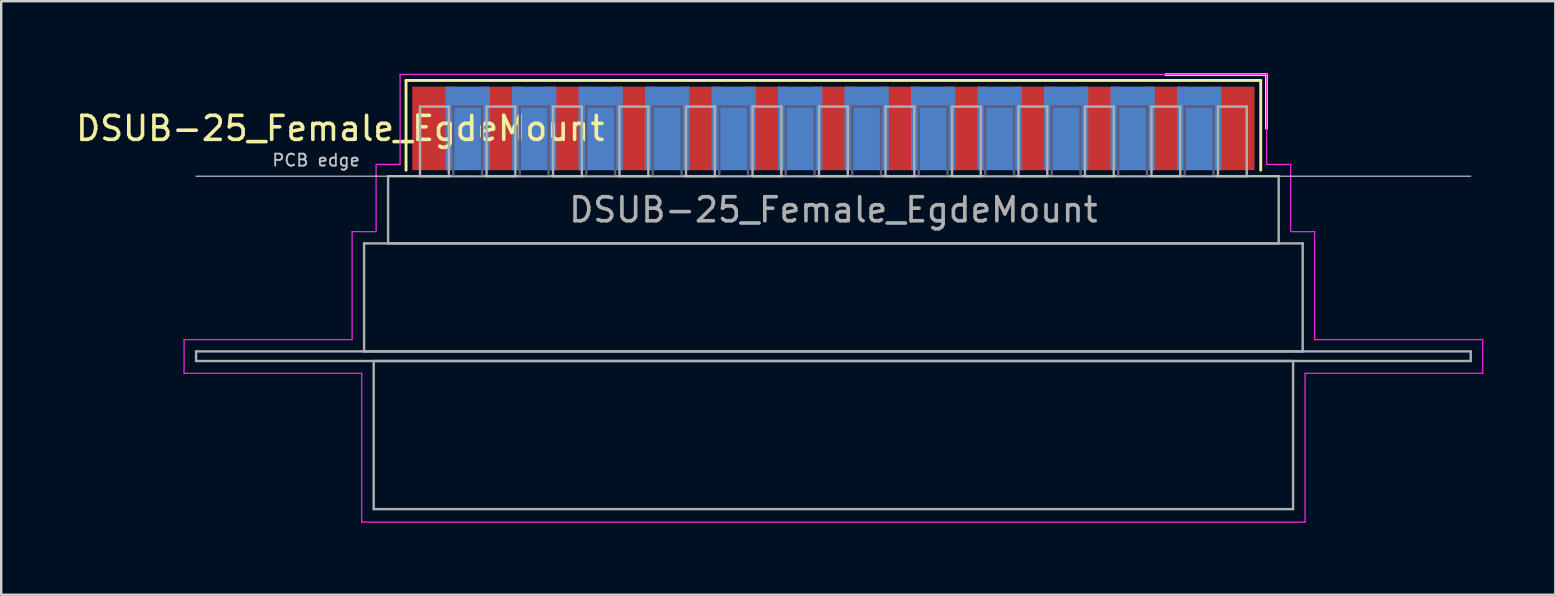
<source format=kicad_pcb>
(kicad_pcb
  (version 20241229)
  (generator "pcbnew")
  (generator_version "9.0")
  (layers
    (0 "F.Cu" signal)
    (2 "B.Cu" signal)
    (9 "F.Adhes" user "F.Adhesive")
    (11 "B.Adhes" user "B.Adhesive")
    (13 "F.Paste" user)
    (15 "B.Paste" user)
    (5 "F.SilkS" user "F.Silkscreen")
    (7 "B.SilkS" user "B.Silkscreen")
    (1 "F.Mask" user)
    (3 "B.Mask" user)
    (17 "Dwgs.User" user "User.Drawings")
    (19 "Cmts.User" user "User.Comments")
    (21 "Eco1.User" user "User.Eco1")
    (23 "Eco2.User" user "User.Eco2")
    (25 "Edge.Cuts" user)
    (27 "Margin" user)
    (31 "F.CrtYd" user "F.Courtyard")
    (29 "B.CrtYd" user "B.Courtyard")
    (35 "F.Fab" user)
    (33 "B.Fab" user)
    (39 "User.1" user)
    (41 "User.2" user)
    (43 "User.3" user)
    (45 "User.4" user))
  (footprint "DSUB-25_Female_EgdeMount"
    (layer "F.Cu")
    (at 31.668 2.3)
    (property "Reference" "DSUB-25_Female_EgdeMount" (at -20.543 0 0) (layer "F.SilkS") (effects (font (size 1 1) (thickness 0.15))))
    (attr smd)
    (fp_line (start -17.803 -2) (end -17.803 1.74) (stroke (width 0.12) (type solid)) (layer "F.SilkS"))
    (fp_line (start 17.803 -2) (end -17.803 -2) (stroke (width 0.12) (type solid)) (layer "F.SilkS"))
    (fp_line (start 17.803 1.74) (end 17.803 -2) (stroke (width 0.12) (type solid)) (layer "F.SilkS"))
    (fp_line (start 18.043 -2.24) (end 13.85 -2.24) (stroke (width 0.12) (type solid)) (layer "F.SilkS"))
    (fp_line (start 18.043 0) (end 18.043 -2.24) (stroke (width 0.12) (type solid)) (layer "F.SilkS"))
    (fp_line (start -26.55 1.99) (end 26.55 1.99) (stroke (width 0.05) (type solid)) (layer "Dwgs.User"))
    (fp_line (start -27.05 8.8) (end -20.05 8.8) (stroke (width 0.05) (type solid)) (layer "F.CrtYd"))
    (fp_line (start -27.05 10.2) (end -27.05 8.8) (stroke (width 0.05) (type solid)) (layer "F.CrtYd"))
    (fp_line (start -20.05 4.3) (end -19.05 4.3) (stroke (width 0.05) (type solid)) (layer "F.CrtYd"))
    (fp_line (start -20.05 8.8) (end -20.05 4.3) (stroke (width 0.05) (type solid)) (layer "F.CrtYd"))
    (fp_line (start -19.65 10.2) (end -27.05 10.2) (stroke (width 0.05) (type solid)) (layer "F.CrtYd"))
    (fp_line (start -19.65 16.4) (end -19.65 10.2) (stroke (width 0.05) (type solid)) (layer "F.CrtYd"))
    (fp_line (start -19.05 1.5) (end -18.05 1.5) (stroke (width 0.05) (type solid)) (layer "F.CrtYd"))
    (fp_line (start -19.05 4.3) (end -19.05 1.5) (stroke (width 0.05) (type solid)) (layer "F.CrtYd"))
    (fp_line (start -18.05 -2.25) (end 18.05 -2.25) (stroke (width 0.05) (type solid)) (layer "F.CrtYd"))
    (fp_line (start -18.05 1.5) (end -18.05 -2.25) (stroke (width 0.05) (type solid)) (layer "F.CrtYd"))
    (fp_line (start 18.05 -2.25) (end 18.05 1.5) (stroke (width 0.05) (type solid)) (layer "F.CrtYd"))
    (fp_line (start 18.05 1.5) (end 19.05 1.5) (stroke (width 0.05) (type solid)) (layer "F.CrtYd"))
    (fp_line (start 19.05 1.5) (end 19.05 4.3) (stroke (width 0.05) (type solid)) (layer "F.CrtYd"))
    (fp_line (start 19.05 4.3) (end 20.05 4.3) (stroke (width 0.05) (type solid)) (layer "F.CrtYd"))
    (fp_line (start 19.65 10.2) (end 19.65 16.4) (stroke (width 0.05) (type solid)) (layer "F.CrtYd"))
    (fp_line (start 19.65 16.4) (end -19.65 16.4) (stroke (width 0.05) (type solid)) (layer "F.CrtYd"))
    (fp_line (start 20.05 4.3) (end 20.05 8.8) (stroke (width 0.05) (type solid)) (layer "F.CrtYd"))
    (fp_line (start 20.05 8.8) (end 27.05 8.8) (stroke (width 0.05) (type solid)) (layer "F.CrtYd"))
    (fp_line (start 27.05 8.8) (end 27.05 10.2) (stroke (width 0.05) (type solid)) (layer "F.CrtYd"))
    (fp_line (start 27.05 10.2) (end 19.65 10.2) (stroke (width 0.05) (type solid)) (layer "F.CrtYd"))
    (fp_line (start -15.835 -0.91) (end -15.835 1.99) (stroke (width 0.1) (type solid)) (layer "B.Fab"))
    (fp_line (start -15.835 1.99) (end -14.635 1.99) (stroke (width 0.1) (type solid)) (layer "B.Fab"))
    (fp_line (start -14.635 -0.91) (end -15.835 -0.91) (stroke (width 0.1) (type solid)) (layer "B.Fab"))
    (fp_line (start -14.635 1.99) (end -14.635 -0.91) (stroke (width 0.1) (type solid)) (layer "B.Fab"))
    (fp_line (start -13.065 -0.91) (end -13.065 1.99) (stroke (width 0.1) (type solid)) (layer "B.Fab"))
    (fp_line (start -13.065 1.99) (end -11.865 1.99) (stroke (width 0.1) (type solid)) (layer "B.Fab"))
    (fp_line (start -11.865 -0.91) (end -13.065 -0.91) (stroke (width 0.1) (type solid)) (layer "B.Fab"))
    (fp_line (start -11.865 1.99) (end -11.865 -0.91) (stroke (width 0.1) (type solid)) (layer "B.Fab"))
    (fp_line (start -10.295 -0.91) (end -10.295 1.99) (stroke (width 0.1) (type solid)) (layer "B.Fab"))
    (fp_line (start -10.295 1.99) (end -9.095 1.99) (stroke (width 0.1) (type solid)) (layer "B.Fab"))
    (fp_line (start -9.095 -0.91) (end -10.295 -0.91) (stroke (width 0.1) (type solid)) (layer "B.Fab"))
    (fp_line (start -9.095 1.99) (end -9.095 -0.91) (stroke (width 0.1) (type solid)) (layer "B.Fab"))
    (fp_line (start -7.525 -0.91) (end -7.525 1.99) (stroke (width 0.1) (type solid)) (layer "B.Fab"))
    (fp_line (start -7.525 1.99) (end -6.325 1.99) (stroke (width 0.1) (type solid)) (layer "B.Fab"))
    (fp_line (start -6.325 -0.91) (end -7.525 -0.91) (stroke (width 0.1) (type solid)) (layer "B.Fab"))
    (fp_line (start -6.325 1.99) (end -6.325 -0.91) (stroke (width 0.1) (type solid)) (layer "B.Fab"))
    (fp_line (start -4.755 -0.91) (end -4.755 1.99) (stroke (width 0.1) (type solid)) (layer "B.Fab"))
    (fp_line (start -4.755 1.99) (end -3.555 1.99) (stroke (width 0.1) (type solid)) (layer "B.Fab"))
    (fp_line (start -3.555 -0.91) (end -4.755 -0.91) (stroke (width 0.1) (type solid)) (layer "B.Fab"))
    (fp_line (start -3.555 1.99) (end -3.555 -0.91) (stroke (width 0.1) (type solid)) (layer "B.Fab"))
    (fp_line (start -1.985 -0.91) (end -1.985 1.99) (stroke (width 0.1) (type solid)) (layer "B.Fab"))
    (fp_line (start -1.985 1.99) (end -0.785 1.99) (stroke (width 0.1) (type solid)) (layer "B.Fab"))
    (fp_line (start -0.785 -0.91) (end -1.985 -0.91) (stroke (width 0.1) (type solid)) (layer "B.Fab"))
    (fp_line (start -0.785 1.99) (end -0.785 -0.91) (stroke (width 0.1) (type solid)) (layer "B.Fab"))
    (fp_line (start 0.785 -0.91) (end 0.785 1.99) (stroke (width 0.1) (type solid)) (layer "B.Fab"))
    (fp_line (start 0.785 1.99) (end 1.985 1.99) (stroke (width 0.1) (type solid)) (layer "B.Fab"))
    (fp_line (start 1.985 -0.91) (end 0.785 -0.91) (stroke (width 0.1) (type solid)) (layer "B.Fab"))
    (fp_line (start 1.985 1.99) (end 1.985 -0.91) (stroke (width 0.1) (type solid)) (layer "B.Fab"))
    (fp_line (start 3.555 -0.91) (end 3.555 1.99) (stroke (width 0.1) (type solid)) (layer "B.Fab"))
    (fp_line (start 3.555 1.99) (end 4.755 1.99) (stroke (width 0.1) (type solid)) (layer "B.Fab"))
    (fp_line (start 4.755 -0.91) (end 3.555 -0.91) (stroke (width 0.1) (type solid)) (layer "B.Fab"))
    (fp_line (start 4.755 1.99) (end 4.755 -0.91) (stroke (width 0.1) (type solid)) (layer "B.Fab"))
    (fp_line (start 6.325 -0.91) (end 6.325 1.99) (stroke (width 0.1) (type solid)) (layer "B.Fab"))
    (fp_line (start 6.325 1.99) (end 7.525 1.99) (stroke (width 0.1) (type solid)) (layer "B.Fab"))
    (fp_line (start 7.525 -0.91) (end 6.325 -0.91) (stroke (width 0.1) (type solid)) (layer "B.Fab"))
    (fp_line (start 7.525 1.99) (end 7.525 -0.91) (stroke (width 0.1) (type solid)) (layer "B.Fab"))
    (fp_line (start 9.095 -0.91) (end 9.095 1.99) (stroke (width 0.1) (type solid)) (layer "B.Fab"))
    (fp_line (start 9.095 1.99) (end 10.295 1.99) (stroke (width 0.1) (type solid)) (layer "B.Fab"))
    (fp_line (start 10.295 -0.91) (end 9.095 -0.91) (stroke (width 0.1) (type solid)) (layer "B.Fab"))
    (fp_line (start 10.295 1.99) (end 10.295 -0.91) (stroke (width 0.1) (type solid)) (layer "B.Fab"))
    (fp_line (start 11.865 -0.91) (end 11.865 1.99) (stroke (width 0.1) (type solid)) (layer "B.Fab"))
    (fp_line (start 11.865 1.99) (end 13.065 1.99) (stroke (width 0.1) (type solid)) (layer "B.Fab"))
    (fp_line (start 13.065 -0.91) (end 11.865 -0.91) (stroke (width 0.1) (type solid)) (layer "B.Fab"))
    (fp_line (start 13.065 1.99) (end 13.065 -0.91) (stroke (width 0.1) (type solid)) (layer "B.Fab"))
    (fp_line (start 14.635 -0.91) (end 14.635 1.99) (stroke (width 0.1) (type solid)) (layer "B.Fab"))
    (fp_line (start 14.635 1.99) (end 15.835 1.99) (stroke (width 0.1) (type solid)) (layer "B.Fab"))
    (fp_line (start 15.835 -0.91) (end 14.635 -0.91) (stroke (width 0.1) (type solid)) (layer "B.Fab"))
    (fp_line (start 15.835 1.99) (end 15.835 -0.91) (stroke (width 0.1) (type solid)) (layer "B.Fab"))
    (fp_line (start -26.55 9.29) (end -26.55 9.69) (stroke (width 0.1) (type solid)) (layer "F.Fab"))
    (fp_line (start -26.55 9.69) (end 26.55 9.69) (stroke (width 0.1) (type solid)) (layer "F.Fab"))
    (fp_line (start -19.55 4.79) (end -19.55 9.29) (stroke (width 0.1) (type solid)) (layer "F.Fab"))
    (fp_line (start -19.55 9.29) (end 19.55 9.29) (stroke (width 0.1) (type solid)) (layer "F.Fab"))
    (fp_line (start -19.15 9.69) (end -19.15 15.86) (stroke (width 0.1) (type solid)) (layer "F.Fab"))
    (fp_line (start -19.15 15.86) (end 19.15 15.86) (stroke (width 0.1) (type solid)) (layer "F.Fab"))
    (fp_line (start -18.55 1.99) (end -18.55 4.79) (stroke (width 0.1) (type solid)) (layer "F.Fab"))
    (fp_line (start -18.55 4.79) (end 18.55 4.79) (stroke (width 0.1) (type solid)) (layer "F.Fab"))
    (fp_line (start -17.22 -0.91) (end -17.22 1.99) (stroke (width 0.1) (type solid)) (layer "F.Fab"))
    (fp_line (start -17.22 1.99) (end -16.02 1.99) (stroke (width 0.1) (type solid)) (layer "F.Fab"))
    (fp_line (start -16.02 -0.91) (end -17.22 -0.91) (stroke (width 0.1) (type solid)) (layer "F.Fab"))
    (fp_line (start -16.02 1.99) (end -16.02 -0.91) (stroke (width 0.1) (type solid)) (layer "F.Fab"))
    (fp_line (start -14.45 -0.91) (end -14.45 1.99) (stroke (width 0.1) (type solid)) (layer "F.Fab"))
    (fp_line (start -14.45 1.99) (end -13.25 1.99) (stroke (width 0.1) (type solid)) (layer "F.Fab"))
    (fp_line (start -13.25 -0.91) (end -14.45 -0.91) (stroke (width 0.1) (type solid)) (layer "F.Fab"))
    (fp_line (start -13.25 1.99) (end -13.25 -0.91) (stroke (width 0.1) (type solid)) (layer "F.Fab"))
    (fp_line (start -11.68 -0.91) (end -11.68 1.99) (stroke (width 0.1) (type solid)) (layer "F.Fab"))
    (fp_line (start -11.68 1.99) (end -10.48 1.99) (stroke (width 0.1) (type solid)) (layer "F.Fab"))
    (fp_line (start -10.48 -0.91) (end -11.68 -0.91) (stroke (width 0.1) (type solid)) (layer "F.Fab"))
    (fp_line (start -10.48 1.99) (end -10.48 -0.91) (stroke (width 0.1) (type solid)) (layer "F.Fab"))
    (fp_line (start -8.91 -0.91) (end -8.91 1.99) (stroke (width 0.1) (type solid)) (layer "F.Fab"))
    (fp_line (start -8.91 1.99) (end -7.71 1.99) (stroke (width 0.1) (type solid)) (layer "F.Fab"))
    (fp_line (start -7.71 -0.91) (end -8.91 -0.91) (stroke (width 0.1) (type solid)) (layer "F.Fab"))
    (fp_line (start -7.71 1.99) (end -7.71 -0.91) (stroke (width 0.1) (type solid)) (layer "F.Fab"))
    (fp_line (start -6.14 -0.91) (end -6.14 1.99) (stroke (width 0.1) (type solid)) (layer "F.Fab"))
    (fp_line (start -6.14 1.99) (end -4.94 1.99) (stroke (width 0.1) (type solid)) (layer "F.Fab"))
    (fp_line (start -4.94 -0.91) (end -6.14 -0.91) (stroke (width 0.1) (type solid)) (layer "F.Fab"))
    (fp_line (start -4.94 1.99) (end -4.94 -0.91) (stroke (width 0.1) (type solid)) (layer "F.Fab"))
    (fp_line (start -3.37 -0.91) (end -3.37 1.99) (stroke (width 0.1) (type solid)) (layer "F.Fab"))
    (fp_line (start -3.37 1.99) (end -2.17 1.99) (stroke (width 0.1) (type solid)) (layer "F.Fab"))
    (fp_line (start -2.17 -0.91) (end -3.37 -0.91) (stroke (width 0.1) (type solid)) (layer "F.Fab"))
    (fp_line (start -2.17 1.99) (end -2.17 -0.91) (stroke (width 0.1) (type solid)) (layer "F.Fab"))
    (fp_line (start -0.6 -0.91) (end -0.6 1.99) (stroke (width 0.1) (type solid)) (layer "F.Fab"))
    (fp_line (start -0.6 1.99) (end 0.6 1.99) (stroke (width 0.1) (type solid)) (layer "F.Fab"))
    (fp_line (start 0.6 -0.91) (end -0.6 -0.91) (stroke (width 0.1) (type solid)) (layer "F.Fab"))
    (fp_line (start 0.6 1.99) (end 0.6 -0.91) (stroke (width 0.1) (type solid)) (layer "F.Fab"))
    (fp_line (start 2.17 -0.91) (end 2.17 1.99) (stroke (width 0.1) (type solid)) (layer "F.Fab"))
    (fp_line (start 2.17 1.99) (end 3.37 1.99) (stroke (width 0.1) (type solid)) (layer "F.Fab"))
    (fp_line (start 3.37 -0.91) (end 2.17 -0.91) (stroke (width 0.1) (type solid)) (layer "F.Fab"))
    (fp_line (start 3.37 1.99) (end 3.37 -0.91) (stroke (width 0.1) (type solid)) (layer "F.Fab"))
    (fp_line (start 4.94 -0.91) (end 4.94 1.99) (stroke (width 0.1) (type solid)) (layer "F.Fab"))
    (fp_line (start 4.94 1.99) (end 6.14 1.99) (stroke (width 0.1) (type solid)) (layer "F.Fab"))
    (fp_line (start 6.14 -0.91) (end 4.94 -0.91) (stroke (width 0.1) (type solid)) (layer "F.Fab"))
    (fp_line (start 6.14 1.99) (end 6.14 -0.91) (stroke (width 0.1) (type solid)) (layer "F.Fab"))
    (fp_line (start 7.71 -0.91) (end 7.71 1.99) (stroke (width 0.1) (type solid)) (layer "F.Fab"))
    (fp_line (start 7.71 1.99) (end 8.91 1.99) (stroke (width 0.1) (type solid)) (layer "F.Fab"))
    (fp_line (start 8.91 -0.91) (end 7.71 -0.91) (stroke (width 0.1) (type solid)) (layer "F.Fab"))
    (fp_line (start 8.91 1.99) (end 8.91 -0.91) (stroke (width 0.1) (type solid)) (layer "F.Fab"))
    (fp_line (start 10.48 -0.91) (end 10.48 1.99) (stroke (width 0.1) (type solid)) (layer "F.Fab"))
    (fp_line (start 10.48 1.99) (end 11.68 1.99) (stroke (width 0.1) (type solid)) (layer "F.Fab"))
    (fp_line (start 11.68 -0.91) (end 10.48 -0.91) (stroke (width 0.1) (type solid)) (layer "F.Fab"))
    (fp_line (start 11.68 1.99) (end 11.68 -0.91) (stroke (width 0.1) (type solid)) (layer "F.Fab"))
    (fp_line (start 13.25 -0.91) (end 13.25 1.99) (stroke (width 0.1) (type solid)) (layer "F.Fab"))
    (fp_line (start 13.25 1.99) (end 14.45 1.99) (stroke (width 0.1) (type solid)) (layer "F.Fab"))
    (fp_line (start 14.45 -0.91) (end 13.25 -0.91) (stroke (width 0.1) (type solid)) (layer "F.Fab"))
    (fp_line (start 14.45 1.99) (end 14.45 -0.91) (stroke (width 0.1) (type solid)) (layer "F.Fab"))
    (fp_line (start 16.02 -0.91) (end 16.02 1.99) (stroke (width 0.1) (type solid)) (layer "F.Fab"))
    (fp_line (start 16.02 1.99) (end 17.22 1.99) (stroke (width 0.1) (type solid)) (layer "F.Fab"))
    (fp_line (start 17.22 -0.91) (end 16.02 -0.91) (stroke (width 0.1) (type solid)) (layer "F.Fab"))
    (fp_line (start 17.22 1.99) (end 17.22 -0.91) (stroke (width 0.1) (type solid)) (layer "F.Fab"))
    (fp_line (start 18.55 1.99) (end -18.55 1.99) (stroke (width 0.1) (type solid)) (layer "F.Fab"))
    (fp_line (start 18.55 4.79) (end 18.55 1.99) (stroke (width 0.1) (type solid)) (layer "F.Fab"))
    (fp_line (start 19.15 9.69) (end -19.15 9.69) (stroke (width 0.1) (type solid)) (layer "F.Fab"))
    (fp_line (start 19.15 15.86) (end 19.15 9.69) (stroke (width 0.1) (type solid)) (layer "F.Fab"))
    (fp_line (start 19.55 4.79) (end -19.55 4.79) (stroke (width 0.1) (type solid)) (layer "F.Fab"))
    (fp_line (start 19.55 9.29) (end 19.55 4.79) (stroke (width 0.1) (type solid)) (layer "F.Fab"))
    (fp_line (start 26.55 9.29) (end -26.55 9.29) (stroke (width 0.1) (type solid)) (layer "F.Fab"))
    (fp_line (start 26.55 9.69) (end 26.55 9.29) (stroke (width 0.1) (type solid)) (layer "F.Fab"))
    (fp_text user "PCB edge" (at -21.55 1.323 0) (layer "Dwgs.User") (effects (font (size 0.5 0.5) (thickness 0.075))))
    (fp_text user "${REFERENCE}" (at 0 3.39 0) (layer "F.Fab") (effects (font (size 1 1) (thickness 0.15))))
    (pad "1" smd rect (at 16.62 0) (size 1.847 3.48) (layers "F.Cu" "F.Mask" "F.Paste"))
    (pad "2" smd rect (at 13.85 0) (size 1.847 3.48) (layers "F.Cu" "F.Mask" "F.Paste"))
    (pad "3" smd rect (at 11.08 0) (size 1.847 3.48) (layers "F.Cu" "F.Mask" "F.Paste"))
    (pad "4" smd rect (at 8.31 0) (size 1.847 3.48) (layers "F.Cu" "F.Mask" "F.Paste"))
    (pad "5" smd rect (at 5.54 0) (size 1.847 3.48) (layers "F.Cu" "F.Mask" "F.Paste"))
    (pad "6" smd rect (at 2.77 0) (size 1.847 3.48) (layers "F.Cu" "F.Mask" "F.Paste"))
    (pad "7" smd rect (at 0 0) (size 1.847 3.48) (layers "F.Cu" "F.Mask" "F.Paste"))
    (pad "8" smd rect (at -2.77 0) (size 1.847 3.48) (layers "F.Cu" "F.Mask" "F.Paste"))
    (pad "9" smd rect (at -5.54 0) (size 1.847 3.48) (layers "F.Cu" "F.Mask" "F.Paste"))
    (pad "10" smd rect (at -8.31 0) (size 1.847 3.48) (layers "F.Cu" "F.Mask" "F.Paste"))
    (pad "11" smd rect (at -11.08 0) (size 1.847 3.48) (layers "F.Cu" "F.Mask" "F.Paste"))
    (pad "12" smd rect (at -13.85 0) (size 1.847 3.48) (layers "F.Cu" "F.Mask" "F.Paste"))
    (pad "13" smd rect (at -16.62 0) (size 1.847 3.48) (layers "F.Cu" "F.Mask" "F.Paste"))
    (pad "14" smd rect (at 15.235 0) (size 1.847 3.48) (layers "B.Cu" "B.Mask" "B.Paste"))
    (pad "15" smd rect (at 12.465 0) (size 1.847 3.48) (layers "B.Cu" "B.Mask" "B.Paste"))
    (pad "16" smd rect (at 9.695 0) (size 1.847 3.48) (layers "B.Cu" "B.Mask" "B.Paste"))
    (pad "17" smd rect (at 6.925 0) (size 1.847 3.48) (layers "B.Cu" "B.Mask" "B.Paste"))
    (pad "18" smd rect (at 4.155 0) (size 1.847 3.48) (layers "B.Cu" "B.Mask" "B.Paste"))
    (pad "19" smd rect (at 1.385 0) (size 1.847 3.48) (layers "B.Cu" "B.Mask" "B.Paste"))
    (pad "20" smd rect (at -1.385 0) (size 1.847 3.48) (layers "B.Cu" "B.Mask" "B.Paste"))
    (pad "21" smd rect (at -4.155 0) (size 1.847 3.48) (layers "B.Cu" "B.Mask" "B.Paste"))
    (pad "22" smd rect (at -6.925 0) (size 1.847 3.48) (layers "B.Cu" "B.Mask" "B.Paste"))
    (pad "23" smd rect (at -9.695 0) (size 1.847 3.48) (layers "B.Cu" "B.Mask" "B.Paste"))
    (pad "24" smd rect (at -12.465 0) (size 1.847 3.48) (layers "B.Cu" "B.Mask" "B.Paste"))
    (pad "25" smd rect (at -15.235 0) (size 1.847 3.48) (layers "B.Cu" "B.Mask" "B.Paste")))
  (gr_rect
    (start -3 -3)
    (end 61.743 21.725)
    (stroke (width 0.1) (type default))
    (fill no)
    (layer "Edge.Cuts")))
</source>
